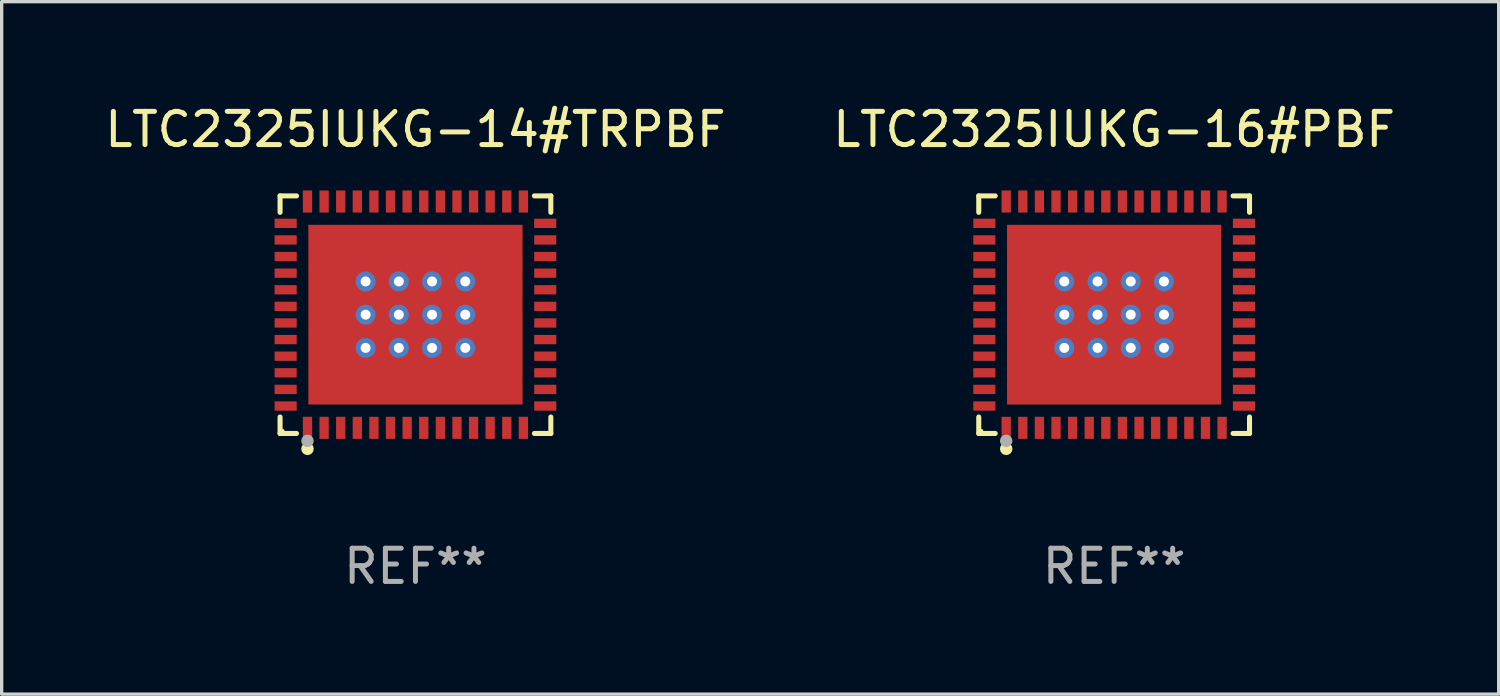
<source format=kicad_pcb>
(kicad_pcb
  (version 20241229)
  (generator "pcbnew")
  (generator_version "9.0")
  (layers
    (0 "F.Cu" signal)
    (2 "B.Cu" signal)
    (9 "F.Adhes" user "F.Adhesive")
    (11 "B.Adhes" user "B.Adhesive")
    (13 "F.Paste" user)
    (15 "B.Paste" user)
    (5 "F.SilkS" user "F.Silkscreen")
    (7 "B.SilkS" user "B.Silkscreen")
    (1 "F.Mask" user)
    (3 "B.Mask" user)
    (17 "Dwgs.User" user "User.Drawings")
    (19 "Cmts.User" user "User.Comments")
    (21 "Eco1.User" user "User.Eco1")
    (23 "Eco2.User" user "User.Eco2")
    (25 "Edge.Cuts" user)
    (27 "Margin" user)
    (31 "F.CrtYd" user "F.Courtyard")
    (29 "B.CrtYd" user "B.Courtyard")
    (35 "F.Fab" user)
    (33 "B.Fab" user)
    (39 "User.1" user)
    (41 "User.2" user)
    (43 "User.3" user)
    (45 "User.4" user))
  (footprint "LTC2325IUKG-16#PBF"
    (layer "F.Cu")
    (at 30.494 6.424)
    (property "Reference" "LTC2325IUKG-16#PBF" (at 0 -5.576 0) (layer "F.SilkS") (effects (font (size 1 1) (thickness 0.15))))
    (attr through_hole)
    (fp_line (start -4.076 -3.576) (end -3.581 -3.576) (stroke (width 0.152) (type solid)) (layer "F.SilkS"))
    (fp_line (start -4.076 -3.081) (end -4.076 -3.576) (stroke (width 0.152) (type solid)) (layer "F.SilkS"))
    (fp_line (start -4.076 3.081) (end -4.076 3.576) (stroke (width 0.152) (type solid)) (layer "F.SilkS"))
    (fp_line (start -4.076 3.576) (end -3.581 3.576) (stroke (width 0.152) (type solid)) (layer "F.SilkS"))
    (fp_line (start 4.076 -3.576) (end 3.581 -3.576) (stroke (width 0.152) (type solid)) (layer "F.SilkS"))
    (fp_line (start 4.076 -3.081) (end 4.076 -3.576) (stroke (width 0.152) (type solid)) (layer "F.SilkS"))
    (fp_line (start 4.076 3.081) (end 4.076 3.576) (stroke (width 0.152) (type solid)) (layer "F.SilkS"))
    (fp_line (start 4.076 3.576) (end 3.581 3.576) (stroke (width 0.152) (type solid)) (layer "F.SilkS"))
    (fp_circle (center -4 3.5) (end -3.97 3.5) (stroke (width 0.06) (type solid)) (fill no) (layer "F.SilkS"))
    (fp_circle (center -3.25 4.04) (end -3.156 4.04) (stroke (width 0.188) (type solid)) (fill no) (layer "F.SilkS"))
    (fp_circle (center -3.25 3.8) (end -3.156 3.8) (stroke (width 0.188) (type solid)) (fill no) (layer "F.Fab"))
    (fp_text user "REF**" (at 0 7.576 0) (layer "F.Fab") (effects (font (size 1 1) (thickness 0.15))))
    (pad "1" smd rect (at -3.25 3.407) (size 0.28 0.665) (layers "F.Cu" "F.Mask" "F.Paste"))
    (pad "2" smd rect (at -2.75 3.407) (size 0.28 0.665) (layers "F.Cu" "F.Mask" "F.Paste"))
    (pad "3" smd rect (at -2.25 3.407) (size 0.28 0.665) (layers "F.Cu" "F.Mask" "F.Paste"))
    (pad "4" smd rect (at -1.75 3.407) (size 0.28 0.665) (layers "F.Cu" "F.Mask" "F.Paste"))
    (pad "5" smd rect (at -1.25 3.407) (size 0.28 0.665) (layers "F.Cu" "F.Mask" "F.Paste"))
    (pad "6" smd rect (at -0.75 3.407) (size 0.28 0.665) (layers "F.Cu" "F.Mask" "F.Paste"))
    (pad "7" smd rect (at -0.25 3.407) (size 0.28 0.665) (layers "F.Cu" "F.Mask" "F.Paste"))
    (pad "8" smd rect (at 0.25 3.407) (size 0.28 0.665) (layers "F.Cu" "F.Mask" "F.Paste"))
    (pad "9" smd rect (at 0.75 3.407) (size 0.28 0.665) (layers "F.Cu" "F.Mask" "F.Paste"))
    (pad "10" smd rect (at 1.25 3.407) (size 0.28 0.665) (layers "F.Cu" "F.Mask" "F.Paste"))
    (pad "11" smd rect (at 1.75 3.407) (size 0.28 0.665) (layers "F.Cu" "F.Mask" "F.Paste"))
    (pad "12" smd rect (at 2.25 3.407) (size 0.28 0.665) (layers "F.Cu" "F.Mask" "F.Paste"))
    (pad "13" smd rect (at 2.75 3.407) (size 0.28 0.665) (layers "F.Cu" "F.Mask" "F.Paste"))
    (pad "14" smd rect (at 3.25 3.407) (size 0.28 0.665) (layers "F.Cu" "F.Mask" "F.Paste"))
    (pad "15" smd rect (at 3.908 2.75) (size 0.665 0.28) (layers "F.Cu" "F.Mask" "F.Paste"))
    (pad "16" smd rect (at 3.908 2.25) (size 0.665 0.28) (layers "F.Cu" "F.Mask" "F.Paste"))
    (pad "17" smd rect (at 3.908 1.75) (size 0.665 0.28) (layers "F.Cu" "F.Mask" "F.Paste"))
    (pad "18" smd rect (at 3.908 1.25) (size 0.665 0.28) (layers "F.Cu" "F.Mask" "F.Paste"))
    (pad "19" smd rect (at 3.908 0.75) (size 0.665 0.28) (layers "F.Cu" "F.Mask" "F.Paste"))
    (pad "20" smd rect (at 3.908 0.25) (size 0.665 0.28) (layers "F.Cu" "F.Mask" "F.Paste"))
    (pad "21" smd rect (at 3.908 -0.25) (size 0.665 0.28) (layers "F.Cu" "F.Mask" "F.Paste"))
    (pad "22" smd rect (at 3.908 -0.75) (size 0.665 0.28) (layers "F.Cu" "F.Mask" "F.Paste"))
    (pad "23" smd rect (at 3.908 -1.25) (size 0.665 0.28) (layers "F.Cu" "F.Mask" "F.Paste"))
    (pad "24" smd rect (at 3.908 -1.75) (size 0.665 0.28) (layers "F.Cu" "F.Mask" "F.Paste"))
    (pad "25" smd rect (at 3.908 -2.25) (size 0.665 0.28) (layers "F.Cu" "F.Mask" "F.Paste"))
    (pad "26" smd rect (at 3.908 -2.75) (size 0.665 0.28) (layers "F.Cu" "F.Mask" "F.Paste"))
    (pad "27" smd rect (at 3.25 -3.407) (size 0.28 0.665) (layers "F.Cu" "F.Mask" "F.Paste"))
    (pad "28" smd rect (at 2.75 -3.407) (size 0.28 0.665) (layers "F.Cu" "F.Mask" "F.Paste"))
    (pad "29" smd rect (at 2.25 -3.407) (size 0.28 0.665) (layers "F.Cu" "F.Mask" "F.Paste"))
    (pad "30" smd rect (at 1.75 -3.407) (size 0.28 0.665) (layers "F.Cu" "F.Mask" "F.Paste"))
    (pad "31" smd rect (at 1.25 -3.407) (size 0.28 0.665) (layers "F.Cu" "F.Mask" "F.Paste"))
    (pad "32" smd rect (at 0.75 -3.407) (size 0.28 0.665) (layers "F.Cu" "F.Mask" "F.Paste"))
    (pad "33" smd rect (at 0.25 -3.407) (size 0.28 0.665) (layers "F.Cu" "F.Mask" "F.Paste"))
    (pad "34" smd rect (at -0.25 -3.407) (size 0.28 0.665) (layers "F.Cu" "F.Mask" "F.Paste"))
    (pad "35" smd rect (at -0.75 -3.407) (size 0.28 0.665) (layers "F.Cu" "F.Mask" "F.Paste"))
    (pad "36" smd rect (at -1.25 -3.407) (size 0.28 0.665) (layers "F.Cu" "F.Mask" "F.Paste"))
    (pad "37" smd rect (at -1.75 -3.407) (size 0.28 0.665) (layers "F.Cu" "F.Mask" "F.Paste"))
    (pad "38" smd rect (at -2.25 -3.407) (size 0.28 0.665) (layers "F.Cu" "F.Mask" "F.Paste"))
    (pad "39" smd rect (at -2.75 -3.407) (size 0.28 0.665) (layers "F.Cu" "F.Mask" "F.Paste"))
    (pad "40" smd rect (at -3.25 -3.407) (size 0.28 0.665) (layers "F.Cu" "F.Mask" "F.Paste"))
    (pad "41" smd rect (at -3.908 -2.75) (size 0.665 0.28) (layers "F.Cu" "F.Mask" "F.Paste"))
    (pad "42" smd rect (at -3.908 -2.25) (size 0.665 0.28) (layers "F.Cu" "F.Mask" "F.Paste"))
    (pad "43" smd rect (at -3.908 -1.75) (size 0.665 0.28) (layers "F.Cu" "F.Mask" "F.Paste"))
    (pad "44" smd rect (at -3.908 -1.25) (size 0.665 0.28) (layers "F.Cu" "F.Mask" "F.Paste"))
    (pad "45" smd rect (at -3.908 -0.75) (size 0.665 0.28) (layers "F.Cu" "F.Mask" "F.Paste"))
    (pad "46" smd rect (at -3.908 -0.25) (size 0.665 0.28) (layers "F.Cu" "F.Mask" "F.Paste"))
    (pad "47" smd rect (at -3.908 0.25) (size 0.665 0.28) (layers "F.Cu" "F.Mask" "F.Paste"))
    (pad "48" smd rect (at -3.908 0.75) (size 0.665 0.28) (layers "F.Cu" "F.Mask" "F.Paste"))
    (pad "49" smd rect (at -3.908 1.25) (size 0.665 0.28) (layers "F.Cu" "F.Mask" "F.Paste"))
    (pad "50" smd rect (at -3.908 1.75) (size 0.665 0.28) (layers "F.Cu" "F.Mask" "F.Paste"))
    (pad "51" smd rect (at -3.908 2.25) (size 0.665 0.28) (layers "F.Cu" "F.Mask" "F.Paste"))
    (pad "52" smd rect (at -3.908 2.75) (size 0.665 0.28) (layers "F.Cu" "F.Mask" "F.Paste"))
    (pad "53" thru_hole circle (at -1.5 -1) (size 0.6 0.6) (drill 0.3) (layers "*.Cu" "*.Mask"))
    (pad "53" thru_hole circle (at -1.5 0) (size 0.6 0.6) (drill 0.3) (layers "*.Cu" "*.Mask"))
    (pad "53" thru_hole circle (at -1.5 1) (size 0.6 0.6) (drill 0.3) (layers "*.Cu" "*.Mask"))
    (pad "53" thru_hole circle (at -0.5 -1) (size 0.6 0.6) (drill 0.3) (layers "*.Cu" "*.Mask"))
    (pad "53" thru_hole circle (at -0.5 0) (size 0.6 0.6) (drill 0.3) (layers "*.Cu" "*.Mask"))
    (pad "53" thru_hole circle (at -0.5 1) (size 0.6 0.6) (drill 0.3) (layers "*.Cu" "*.Mask"))
    (pad "53" smd rect (at 0 0) (size 6.45 5.41) (layers "F.Cu" "F.Mask" "F.Paste"))
    (pad "53" thru_hole circle (at 0.5 -1) (size 0.6 0.6) (drill 0.3) (layers "*.Cu" "*.Mask"))
    (pad "53" thru_hole circle (at 0.5 0) (size 0.6 0.6) (drill 0.3) (layers "*.Cu" "*.Mask"))
    (pad "53" thru_hole circle (at 0.5 1) (size 0.6 0.6) (drill 0.3) (layers "*.Cu" "*.Mask"))
    (pad "53" thru_hole circle (at 1.5 -1) (size 0.6 0.6) (drill 0.3) (layers "*.Cu" "*.Mask"))
    (pad "53" thru_hole circle (at 1.5 0) (size 0.6 0.6) (drill 0.3) (layers "*.Cu" "*.Mask"))
    (pad "53" thru_hole circle (at 1.5 1) (size 0.6 0.6) (drill 0.3) (layers "*.Cu" "*.Mask")))
  (footprint "LTC2325IUKG-14#TRPBF"
    (layer "F.Cu")
    (at 9.458 6.424)
    (property "Reference" "LTC2325IUKG-14#TRPBF" (at 0 -5.576 0) (layer "F.SilkS") (effects (font (size 1 1) (thickness 0.15))))
    (attr through_hole)
    (fp_line (start -4.076 -3.576) (end -3.581 -3.576) (stroke (width 0.152) (type solid)) (layer "F.SilkS"))
    (fp_line (start -4.076 -3.081) (end -4.076 -3.576) (stroke (width 0.152) (type solid)) (layer "F.SilkS"))
    (fp_line (start -4.076 3.081) (end -4.076 3.576) (stroke (width 0.152) (type solid)) (layer "F.SilkS"))
    (fp_line (start -4.076 3.576) (end -3.581 3.576) (stroke (width 0.152) (type solid)) (layer "F.SilkS"))
    (fp_line (start 4.076 -3.576) (end 3.581 -3.576) (stroke (width 0.152) (type solid)) (layer "F.SilkS"))
    (fp_line (start 4.076 -3.081) (end 4.076 -3.576) (stroke (width 0.152) (type solid)) (layer "F.SilkS"))
    (fp_line (start 4.076 3.081) (end 4.076 3.576) (stroke (width 0.152) (type solid)) (layer "F.SilkS"))
    (fp_line (start 4.076 3.576) (end 3.581 3.576) (stroke (width 0.152) (type solid)) (layer "F.SilkS"))
    (fp_circle (center -4 3.5) (end -3.97 3.5) (stroke (width 0.06) (type solid)) (fill no) (layer "F.SilkS"))
    (fp_circle (center -3.25 4.04) (end -3.156 4.04) (stroke (width 0.188) (type solid)) (fill no) (layer "F.SilkS"))
    (fp_circle (center -3.25 3.8) (end -3.156 3.8) (stroke (width 0.188) (type solid)) (fill no) (layer "F.Fab"))
    (fp_text user "REF**" (at 0 7.576 0) (layer "F.Fab") (effects (font (size 1 1) (thickness 0.15))))
    (pad "1" smd rect (at -3.25 3.407) (size 0.28 0.665) (layers "F.Cu" "F.Mask" "F.Paste"))
    (pad "2" smd rect (at -2.75 3.407) (size 0.28 0.665) (layers "F.Cu" "F.Mask" "F.Paste"))
    (pad "3" smd rect (at -2.25 3.407) (size 0.28 0.665) (layers "F.Cu" "F.Mask" "F.Paste"))
    (pad "4" smd rect (at -1.75 3.407) (size 0.28 0.665) (layers "F.Cu" "F.Mask" "F.Paste"))
    (pad "5" smd rect (at -1.25 3.407) (size 0.28 0.665) (layers "F.Cu" "F.Mask" "F.Paste"))
    (pad "6" smd rect (at -0.75 3.407) (size 0.28 0.665) (layers "F.Cu" "F.Mask" "F.Paste"))
    (pad "7" smd rect (at -0.25 3.407) (size 0.28 0.665) (layers "F.Cu" "F.Mask" "F.Paste"))
    (pad "8" smd rect (at 0.25 3.407) (size 0.28 0.665) (layers "F.Cu" "F.Mask" "F.Paste"))
    (pad "9" smd rect (at 0.75 3.407) (size 0.28 0.665) (layers "F.Cu" "F.Mask" "F.Paste"))
    (pad "10" smd rect (at 1.25 3.407) (size 0.28 0.665) (layers "F.Cu" "F.Mask" "F.Paste"))
    (pad "11" smd rect (at 1.75 3.407) (size 0.28 0.665) (layers "F.Cu" "F.Mask" "F.Paste"))
    (pad "12" smd rect (at 2.25 3.407) (size 0.28 0.665) (layers "F.Cu" "F.Mask" "F.Paste"))
    (pad "13" smd rect (at 2.75 3.407) (size 0.28 0.665) (layers "F.Cu" "F.Mask" "F.Paste"))
    (pad "14" smd rect (at 3.25 3.407) (size 0.28 0.665) (layers "F.Cu" "F.Mask" "F.Paste"))
    (pad "15" smd rect (at 3.908 2.75) (size 0.665 0.28) (layers "F.Cu" "F.Mask" "F.Paste"))
    (pad "16" smd rect (at 3.908 2.25) (size 0.665 0.28) (layers "F.Cu" "F.Mask" "F.Paste"))
    (pad "17" smd rect (at 3.908 1.75) (size 0.665 0.28) (layers "F.Cu" "F.Mask" "F.Paste"))
    (pad "18" smd rect (at 3.908 1.25) (size 0.665 0.28) (layers "F.Cu" "F.Mask" "F.Paste"))
    (pad "19" smd rect (at 3.908 0.75) (size 0.665 0.28) (layers "F.Cu" "F.Mask" "F.Paste"))
    (pad "20" smd rect (at 3.908 0.25) (size 0.665 0.28) (layers "F.Cu" "F.Mask" "F.Paste"))
    (pad "21" smd rect (at 3.908 -0.25) (size 0.665 0.28) (layers "F.Cu" "F.Mask" "F.Paste"))
    (pad "22" smd rect (at 3.908 -0.75) (size 0.665 0.28) (layers "F.Cu" "F.Mask" "F.Paste"))
    (pad "23" smd rect (at 3.908 -1.25) (size 0.665 0.28) (layers "F.Cu" "F.Mask" "F.Paste"))
    (pad "24" smd rect (at 3.908 -1.75) (size 0.665 0.28) (layers "F.Cu" "F.Mask" "F.Paste"))
    (pad "25" smd rect (at 3.908 -2.25) (size 0.665 0.28) (layers "F.Cu" "F.Mask" "F.Paste"))
    (pad "26" smd rect (at 3.908 -2.75) (size 0.665 0.28) (layers "F.Cu" "F.Mask" "F.Paste"))
    (pad "27" smd rect (at 3.25 -3.407) (size 0.28 0.665) (layers "F.Cu" "F.Mask" "F.Paste"))
    (pad "28" smd rect (at 2.75 -3.407) (size 0.28 0.665) (layers "F.Cu" "F.Mask" "F.Paste"))
    (pad "29" smd rect (at 2.25 -3.407) (size 0.28 0.665) (layers "F.Cu" "F.Mask" "F.Paste"))
    (pad "30" smd rect (at 1.75 -3.407) (size 0.28 0.665) (layers "F.Cu" "F.Mask" "F.Paste"))
    (pad "31" smd rect (at 1.25 -3.407) (size 0.28 0.665) (layers "F.Cu" "F.Mask" "F.Paste"))
    (pad "32" smd rect (at 0.75 -3.407) (size 0.28 0.665) (layers "F.Cu" "F.Mask" "F.Paste"))
    (pad "33" smd rect (at 0.25 -3.407) (size 0.28 0.665) (layers "F.Cu" "F.Mask" "F.Paste"))
    (pad "34" smd rect (at -0.25 -3.407) (size 0.28 0.665) (layers "F.Cu" "F.Mask" "F.Paste"))
    (pad "35" smd rect (at -0.75 -3.407) (size 0.28 0.665) (layers "F.Cu" "F.Mask" "F.Paste"))
    (pad "36" smd rect (at -1.25 -3.407) (size 0.28 0.665) (layers "F.Cu" "F.Mask" "F.Paste"))
    (pad "37" smd rect (at -1.75 -3.407) (size 0.28 0.665) (layers "F.Cu" "F.Mask" "F.Paste"))
    (pad "38" smd rect (at -2.25 -3.407) (size 0.28 0.665) (layers "F.Cu" "F.Mask" "F.Paste"))
    (pad "39" smd rect (at -2.75 -3.407) (size 0.28 0.665) (layers "F.Cu" "F.Mask" "F.Paste"))
    (pad "40" smd rect (at -3.25 -3.407) (size 0.28 0.665) (layers "F.Cu" "F.Mask" "F.Paste"))
    (pad "41" smd rect (at -3.908 -2.75) (size 0.665 0.28) (layers "F.Cu" "F.Mask" "F.Paste"))
    (pad "42" smd rect (at -3.908 -2.25) (size 0.665 0.28) (layers "F.Cu" "F.Mask" "F.Paste"))
    (pad "43" smd rect (at -3.908 -1.75) (size 0.665 0.28) (layers "F.Cu" "F.Mask" "F.Paste"))
    (pad "44" smd rect (at -3.908 -1.25) (size 0.665 0.28) (layers "F.Cu" "F.Mask" "F.Paste"))
    (pad "45" smd rect (at -3.908 -0.75) (size 0.665 0.28) (layers "F.Cu" "F.Mask" "F.Paste"))
    (pad "46" smd rect (at -3.908 -0.25) (size 0.665 0.28) (layers "F.Cu" "F.Mask" "F.Paste"))
    (pad "47" smd rect (at -3.908 0.25) (size 0.665 0.28) (layers "F.Cu" "F.Mask" "F.Paste"))
    (pad "48" smd rect (at -3.908 0.75) (size 0.665 0.28) (layers "F.Cu" "F.Mask" "F.Paste"))
    (pad "49" smd rect (at -3.908 1.25) (size 0.665 0.28) (layers "F.Cu" "F.Mask" "F.Paste"))
    (pad "50" smd rect (at -3.908 1.75) (size 0.665 0.28) (layers "F.Cu" "F.Mask" "F.Paste"))
    (pad "51" smd rect (at -3.908 2.25) (size 0.665 0.28) (layers "F.Cu" "F.Mask" "F.Paste"))
    (pad "52" smd rect (at -3.908 2.75) (size 0.665 0.28) (layers "F.Cu" "F.Mask" "F.Paste"))
    (pad "53" thru_hole circle (at -1.5 -1) (size 0.6 0.6) (drill 0.3) (layers "*.Cu" "*.Mask"))
    (pad "53" thru_hole circle (at -1.5 0) (size 0.6 0.6) (drill 0.3) (layers "*.Cu" "*.Mask"))
    (pad "53" thru_hole circle (at -1.5 1) (size 0.6 0.6) (drill 0.3) (layers "*.Cu" "*.Mask"))
    (pad "53" thru_hole circle (at -0.5 -1) (size 0.6 0.6) (drill 0.3) (layers "*.Cu" "*.Mask"))
    (pad "53" thru_hole circle (at -0.5 0) (size 0.6 0.6) (drill 0.3) (layers "*.Cu" "*.Mask"))
    (pad "53" thru_hole circle (at -0.5 1) (size 0.6 0.6) (drill 0.3) (layers "*.Cu" "*.Mask"))
    (pad "53" smd rect (at 0 0) (size 6.45 5.41) (layers "F.Cu" "F.Mask" "F.Paste"))
    (pad "53" thru_hole circle (at 0.5 -1) (size 0.6 0.6) (drill 0.3) (layers "*.Cu" "*.Mask"))
    (pad "53" thru_hole circle (at 0.5 0) (size 0.6 0.6) (drill 0.3) (layers "*.Cu" "*.Mask"))
    (pad "53" thru_hole circle (at 0.5 1) (size 0.6 0.6) (drill 0.3) (layers "*.Cu" "*.Mask"))
    (pad "53" thru_hole circle (at 1.5 -1) (size 0.6 0.6) (drill 0.3) (layers "*.Cu" "*.Mask"))
    (pad "53" thru_hole circle (at 1.5 0) (size 0.6 0.6) (drill 0.3) (layers "*.Cu" "*.Mask"))
    (pad "53" thru_hole circle (at 1.5 1) (size 0.6 0.6) (drill 0.3) (layers "*.Cu" "*.Mask")))
  (gr_rect
    (start -3 -3)
    (end 42.071 17.849)
    (stroke (width 0.1) (type default))
    (fill no)
    (layer "Edge.Cuts")))
</source>
